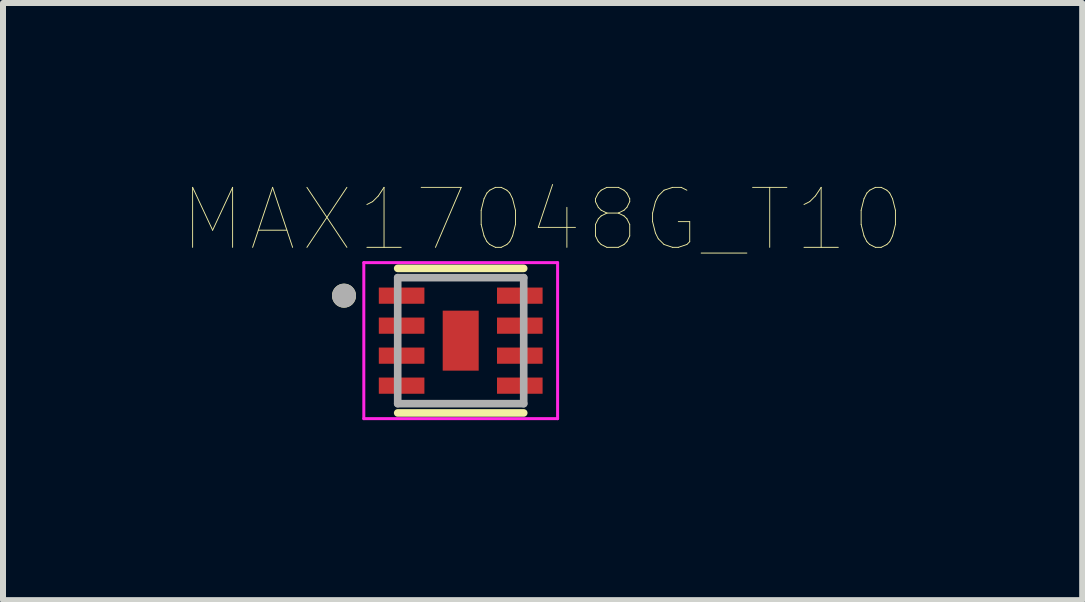
<source format=kicad_pcb>
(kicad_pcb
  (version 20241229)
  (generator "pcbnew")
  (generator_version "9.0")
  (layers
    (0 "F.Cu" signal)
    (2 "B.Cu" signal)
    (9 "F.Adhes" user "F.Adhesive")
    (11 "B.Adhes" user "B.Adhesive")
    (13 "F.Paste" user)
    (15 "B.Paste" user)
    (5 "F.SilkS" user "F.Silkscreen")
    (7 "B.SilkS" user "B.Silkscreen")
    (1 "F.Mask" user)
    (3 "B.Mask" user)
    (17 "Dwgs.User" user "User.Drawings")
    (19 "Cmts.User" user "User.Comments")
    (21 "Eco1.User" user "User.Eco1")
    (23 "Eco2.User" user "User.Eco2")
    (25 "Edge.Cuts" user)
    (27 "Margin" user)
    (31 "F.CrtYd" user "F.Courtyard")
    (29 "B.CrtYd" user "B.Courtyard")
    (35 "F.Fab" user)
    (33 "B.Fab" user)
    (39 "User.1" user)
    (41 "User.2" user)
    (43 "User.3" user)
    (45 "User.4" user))
  (footprint "MAX17048G_T10"
    (layer "F.Cu")
    (at 4.629 2.628)
    (property "Reference" "MAX17048G_T10" (at 1.365 -2.017 0) (layer "F.SilkS") (effects (font (size 1 1) (thickness 0.015))))
    (attr through_hole)
    (fp_line (start -1.05 -1.205) (end 1.05 -1.205) (stroke (width 0.127) (type solid)) (layer "F.SilkS"))
    (fp_line (start -1.05 1.205) (end 1.05 1.205) (stroke (width 0.127) (type solid)) (layer "F.SilkS"))
    (fp_circle (center -1.945 -0.75) (end -1.845 -0.75) (stroke (width 0.2) (type solid)) (fill no) (layer "F.SilkS"))
    (fp_poly (pts (xy -0.28 -0.41) (xy 0.28 -0.41) (xy 0.28 0.41) (xy -0.28 0.41)) (stroke (width 0.01) (type solid)) (fill yes) (layer "F.Paste"))
    (fp_line (start -1.615 -1.3) (end -1.615 1.3) (stroke (width 0.05) (type solid)) (layer "F.CrtYd"))
    (fp_line (start -1.615 -1.3) (end 1.615 -1.3) (stroke (width 0.05) (type solid)) (layer "F.CrtYd"))
    (fp_line (start -1.615 1.3) (end 1.615 1.3) (stroke (width 0.05) (type solid)) (layer "F.CrtYd"))
    (fp_line (start 1.615 -1.3) (end 1.615 1.3) (stroke (width 0.05) (type solid)) (layer "F.CrtYd"))
    (fp_line (start -1.05 -1.05) (end -1.05 1.05) (stroke (width 0.127) (type solid)) (layer "F.Fab"))
    (fp_line (start -1.05 -1.05) (end 1.05 -1.05) (stroke (width 0.127) (type solid)) (layer "F.Fab"))
    (fp_line (start -1.05 1.05) (end 1.05 1.05) (stroke (width 0.127) (type solid)) (layer "F.Fab"))
    (fp_line (start 1.05 -1.05) (end 1.05 1.05) (stroke (width 0.127) (type solid)) (layer "F.Fab"))
    (fp_circle (center -1.945 -0.75) (end -1.845 -0.75) (stroke (width 0.2) (type solid)) (fill no) (layer "F.Fab"))
    (pad "1" smd rect (at -0.985 -0.75) (size 0.76 0.27) (layers "F.Cu" "F.Mask" "F.Paste"))
    (pad "2" smd rect (at -0.985 -0.25) (size 0.76 0.27) (layers "F.Cu" "F.Mask" "F.Paste"))
    (pad "3" smd rect (at -0.985 0.25) (size 0.76 0.27) (layers "F.Cu" "F.Mask" "F.Paste"))
    (pad "4" smd rect (at -0.985 0.75) (size 0.76 0.27) (layers "F.Cu" "F.Mask" "F.Paste"))
    (pad "5" smd rect (at 0.985 0.75) (size 0.76 0.27) (layers "F.Cu" "F.Mask" "F.Paste"))
    (pad "6" smd rect (at 0.985 0.25) (size 0.76 0.27) (layers "F.Cu" "F.Mask" "F.Paste"))
    (pad "7" smd rect (at 0.985 -0.25) (size 0.76 0.27) (layers "F.Cu" "F.Mask" "F.Paste"))
    (pad "8" smd rect (at 0.985 -0.75) (size 0.76 0.27) (layers "F.Cu" "F.Mask" "F.Paste"))
    (pad "9" smd rect (at 0 0) (size 0.6 1) (layers "F.Cu" "F.Mask")))
  (gr_rect
    (start -3 -3)
    (end 14.988 6.953)
    (stroke (width 0.1) (type default))
    (fill no)
    (layer "Edge.Cuts")))
</source>
